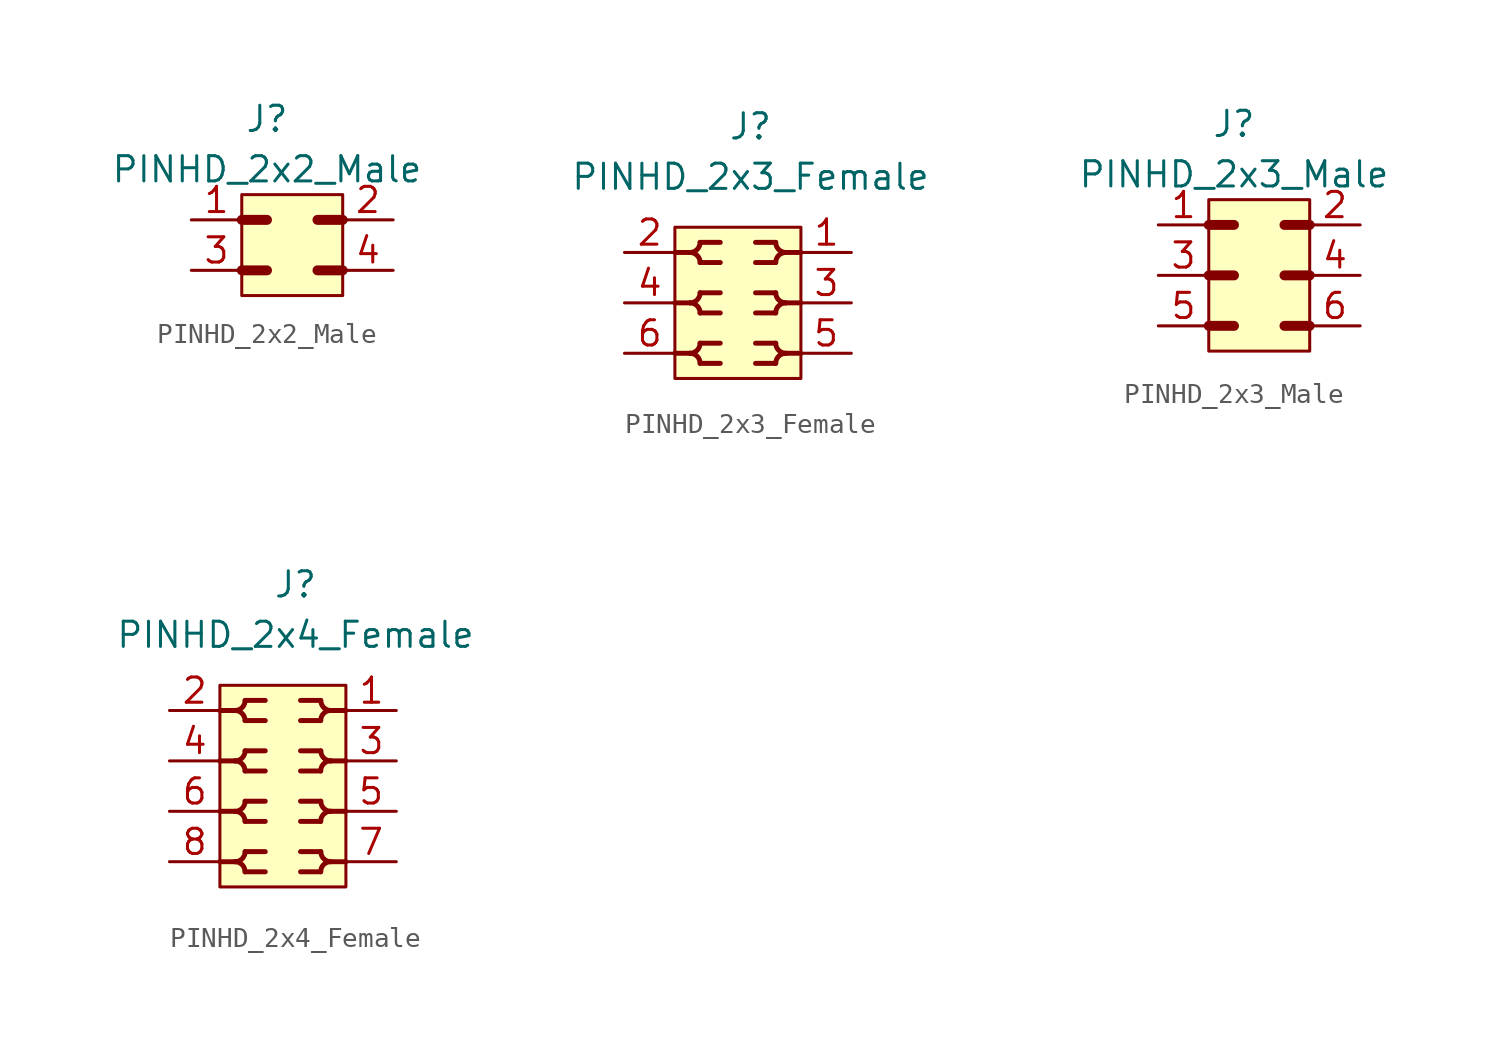
<source format=kicad_sym>
(kicad_symbol_lib
  (version 20211014)
  (generator kicad_symbol_editor)
  (symbol "PINHD_2x2_Male"
    (property "Reference" "J"
      (at -1.27 6.35 0)
      (effects (font (size 1.27 1.27))))
    (property "Value" "PINHD_2x2_Male"
      (at -1.27 3.81 0)
      (effects (font (size 1.27 1.27))))
    (symbol "PINHD_2x2_Male_0_1"
      (rectangle (start -2.54 2.54) (end 2.54 -2.54) (stroke (width 0) (type default) (color 0 0 0 0)) (fill (type background)))
      (polyline (pts (xy -2.54 -1.27) (xy -1.27 -1.27)) (stroke (width 0.3) (type default) (color 0 0 0 0)) (fill (type none)))
      (polyline (pts (xy -2.54 -1.27) (xy -1.27 -1.27)) (stroke (width 0.5) (type default) (color 0 0 0 0)) (fill (type none)))
      (polyline (pts (xy -2.54 1.27) (xy -1.27 1.27)) (stroke (width 0.5) (type default) (color 0 0 0 0)) (fill (type none)))
      (polyline (pts (xy 1.27 -1.27) (xy 2.54 -1.27)) (stroke (width 0.5) (type default) (color 0 0 0 0)) (fill (type none)))
      (polyline (pts (xy 1.27 1.27) (xy 2.54 1.27)) (stroke (width 0.5) (type default) (color 0 0 0 0)) (fill (type none))))
    (symbol "PINHD_2x2_Male_1_1"
      (pin passive line (at -5.08 1.27 0) (length 2.54) (name "" (effects (font (size 1.27 1.27)))) (number "1" (effects (font (size 1.27 1.27)))))
      (pin passive line (at 5.08 1.27 180) (length 2.54) (name "" (effects (font (size 1.27 1.27)))) (number "2" (effects (font (size 1.27 1.27)))))
      (pin passive line (at -5.08 -1.27 0) (length 2.54) (name "" (effects (font (size 1.27 1.27)))) (number "3" (effects (font (size 1.27 1.27)))))
      (pin passive line (at 5.08 -1.27 180) (length 2.54) (name "" (effects (font (size 1.27 1.27)))) (number "4" (effects (font (size 1.27 1.27)))))))
  (symbol "PINHD_2x3_Female"
    (property "Reference" "J"
      (at 0 8.89 0)
      (effects (font (size 1.27 1.27))))
    (property "Value" "PINHD_2x3_Female"
      (at 0 6.35 0)
      (effects (font (size 1.27 1.27))))
    (symbol "PINHD_2x3_Female_0_1"
      (rectangle (start -3.81 3.81) (end 2.54 -3.81) (stroke (width 0) (type default) (color 0 0 0 0)) (fill (type background)))
      (arc (start -3.048 -2.54) (mid -2.1808 -2.8992) (end -2.54 -2.032) (stroke (width 0.25) (type default) (color 0 0 0 0)) (fill (type none)))
      (arc (start -3.048 0) (mid -2.1808 -0.3592) (end -2.54 0.508) (stroke (width 0.25) (type default) (color 0 0 0 0)) (fill (type none)))
      (arc (start -3.048 2.54) (mid -2.1808 2.1808) (end -2.54 3.048) (stroke (width 0.25) (type default) (color 0 0 0 0)) (fill (type none)))
      (arc (start -2.54 -3.048) (mid -2.1808 -2.1808) (end -3.048 -2.54) (stroke (width 0.25) (type default) (color 0 0 0 0)) (fill (type none)))
      (arc (start -2.54 -0.508) (mid -2.1808 0.3592) (end -3.048 0) (stroke (width 0.25) (type default) (color 0 0 0 0)) (fill (type none)))
      (arc (start -2.54 2.032) (mid -2.1808 2.8992) (end -3.048 2.54) (stroke (width 0.25) (type default) (color 0 0 0 0)) (fill (type none)))
      (polyline (pts (xy -3.81 -2.54) (xy -3.048 -2.54)) (stroke (width 0.25) (type default) (color 0 0 0 0)) (fill (type none)))
      (polyline (pts (xy -3.81 0) (xy -3.048 0)) (stroke (width 0.25) (type default) (color 0 0 0 0)) (fill (type none)))
      (polyline (pts (xy -3.81 2.54) (xy -3.048 2.54)) (stroke (width 0.25) (type default) (color 0 0 0 0)) (fill (type none)))
      (polyline (pts (xy -2.54 -3.048) (xy -1.524 -3.048)) (stroke (width 0.25) (type default) (color 0 0 0 0)) (fill (type none)))
      (polyline (pts (xy -2.54 -2.032) (xy -1.524 -2.032)) (stroke (width 0.25) (type default) (color 0 0 0 0)) (fill (type none)))
      (polyline (pts (xy -2.54 -0.508) (xy -1.524 -0.508)) (stroke (width 0.25) (type default) (color 0 0 0 0)) (fill (type none)))
      (polyline (pts (xy -2.54 0.508) (xy -1.524 0.508)) (stroke (width 0.25) (type default) (color 0 0 0 0)) (fill (type none)))
      (polyline (pts (xy -2.54 2.032) (xy -1.524 2.032)) (stroke (width 0.25) (type default) (color 0 0 0 0)) (fill (type none)))
      (polyline (pts (xy -2.54 3.048) (xy -1.524 3.048)) (stroke (width 0.25) (type default) (color 0 0 0 0)) (fill (type none)))
      (polyline (pts (xy 1.27 -3.048) (xy 0.254 -3.048)) (stroke (width 0.25) (type default) (color 0 0 0 0)) (fill (type none)))
      (polyline (pts (xy 1.27 -2.032) (xy 0.254 -2.032)) (stroke (width 0.25) (type default) (color 0 0 0 0)) (fill (type none)))
      (polyline (pts (xy 1.27 -0.508) (xy 0.254 -0.508)) (stroke (width 0.25) (type default) (color 0 0 0 0)) (fill (type none)))
      (polyline (pts (xy 1.27 0.508) (xy 0.254 0.508)) (stroke (width 0.25) (type default) (color 0 0 0 0)) (fill (type none)))
      (polyline (pts (xy 1.27 2.032) (xy 0.254 2.032)) (stroke (width 0.25) (type default) (color 0 0 0 0)) (fill (type none)))
      (polyline (pts (xy 1.27 3.048) (xy 0.254 3.048)) (stroke (width 0.25) (type default) (color 0 0 0 0)) (fill (type none)))
      (polyline (pts (xy 2.54 -2.54) (xy 1.778 -2.54)) (stroke (width 0.25) (type default) (color 0 0 0 0)) (fill (type none)))
      (polyline (pts (xy 2.54 0) (xy 1.778 0)) (stroke (width 0.25) (type default) (color 0 0 0 0)) (fill (type none)))
      (polyline (pts (xy 2.54 2.54) (xy 1.778 2.54)) (stroke (width 0.25) (type default) (color 0 0 0 0)) (fill (type none)))
      (arc (start 1.27 -2.032) (mid 0.9108 -2.8992) (end 1.778 -2.54) (stroke (width 0.25) (type default) (color 0 0 0 0)) (fill (type none)))
      (arc (start 1.27 0.508) (mid 0.9108 -0.3592) (end 1.778 0) (stroke (width 0.25) (type default) (color 0 0 0 0)) (fill (type none)))
      (arc (start 1.27 3.048) (mid 0.9108 2.1808) (end 1.778 2.54) (stroke (width 0.25) (type default) (color 0 0 0 0)) (fill (type none)))
      (arc (start 1.778 -2.54) (mid 0.9108 -2.1808) (end 1.27 -3.048) (stroke (width 0.25) (type default) (color 0 0 0 0)) (fill (type none)))
      (arc (start 1.778 0) (mid 0.9108 0.3592) (end 1.27 -0.508) (stroke (width 0.25) (type default) (color 0 0 0 0)) (fill (type none)))
      (arc (start 1.778 2.54) (mid 0.9108 2.8992) (end 1.27 2.032) (stroke (width 0.25) (type default) (color 0 0 0 0)) (fill (type none))))
    (symbol "PINHD_2x3_Female_1_1"
      (pin passive line (at 5.08 2.54 180) (length 2.5) (name "" (effects (font (size 0 0)))) (number "1" (effects (font (size 1.27 1.27)))))
      (pin passive line (at -6.35 2.54 0) (length 2.54) (name "" (effects (font (size 1.27 1.27)))) (number "2" (effects (font (size 1.27 1.27)))))
      (pin passive line (at 5.08 0 180) (length 2.5) (name "" (effects (font (size 0 0)))) (number "3" (effects (font (size 1.27 1.27)))))
      (pin passive line (at -6.35 0 0) (length 2.54) (name "" (effects (font (size 1.27 1.27)))) (number "4" (effects (font (size 1.27 1.27)))))
      (pin passive line (at 5.08 -2.54 180) (length 2.54) (name "" (effects (font (size 1.27 1.27)))) (number "5" (effects (font (size 1.27 1.27)))))
      (pin passive line (at -6.35 -2.54 0) (length 2.54) (name "" (effects (font (size 1.27 1.27)))) (number "6" (effects (font (size 1.27 1.27)))))))
  (symbol "PINHD_2x3_Male"
    (property "Reference" "J"
      (at -1.27 6.35 0)
      (effects (font (size 1.27 1.27))))
    (property "Value" "PINHD_2x3_Male"
      (at -1.27 3.81 0)
      (effects (font (size 1.27 1.27))))
    (symbol "PINHD_2x3_Male_0_1"
      (rectangle (start -2.54 2.54) (end 2.54 -5.08) (stroke (width 0) (type default) (color 0 0 0 0)) (fill (type background)))
      (polyline (pts (xy -2.54 -3.81) (xy -1.27 -3.81)) (stroke (width 0.5) (type default) (color 0 0 0 0)) (fill (type none)))
      (polyline (pts (xy -2.54 -1.27) (xy -1.27 -1.27)) (stroke (width 0.3) (type default) (color 0 0 0 0)) (fill (type none)))
      (polyline (pts (xy -2.54 -1.27) (xy -1.27 -1.27)) (stroke (width 0.5) (type default) (color 0 0 0 0)) (fill (type none)))
      (polyline (pts (xy -2.54 1.27) (xy -1.27 1.27)) (stroke (width 0.5) (type default) (color 0 0 0 0)) (fill (type none)))
      (polyline (pts (xy 1.27 -3.81) (xy 2.54 -3.81)) (stroke (width 0.5) (type default) (color 0 0 0 0)) (fill (type none)))
      (polyline (pts (xy 1.27 -1.27) (xy 2.54 -1.27)) (stroke (width 0.5) (type default) (color 0 0 0 0)) (fill (type none)))
      (polyline (pts (xy 1.27 1.27) (xy 2.54 1.27)) (stroke (width 0.5) (type default) (color 0 0 0 0)) (fill (type none))))
    (symbol "PINHD_2x3_Male_1_1"
      (pin passive line (at -5.08 1.27 0) (length 2.54) (name "" (effects (font (size 1.27 1.27)))) (number "1" (effects (font (size 1.27 1.27)))))
      (pin passive line (at 5.08 1.27 180) (length 2.54) (name "" (effects (font (size 1.27 1.27)))) (number "2" (effects (font (size 1.27 1.27)))))
      (pin passive line (at -5.08 -1.27 0) (length 2.54) (name "" (effects (font (size 1.27 1.27)))) (number "3" (effects (font (size 1.27 1.27)))))
      (pin passive line (at 5.08 -1.27 180) (length 2.54) (name "" (effects (font (size 1.27 1.27)))) (number "4" (effects (font (size 1.27 1.27)))))
      (pin passive line (at -5.08 -3.81 0) (length 2.54) (name "" (effects (font (size 1.27 1.27)))) (number "5" (effects (font (size 1.27 1.27)))))
      (pin passive line (at 5.08 -3.81 180) (length 2.54) (name "" (effects (font (size 1.27 1.27)))) (number "6" (effects (font (size 1.27 1.27)))))))
  (symbol "PINHD_2x4_Female"
    (property "Reference" "J"
      (at 0 10.16 0)
      (effects (font (size 1.27 1.27))))
    (property "Value" "PINHD_2x4_Female"
      (at 0 7.62 0)
      (effects (font (size 1.27 1.27))))
    (symbol "PINHD_2x4_Female_0_1"
      (rectangle (start -3.81 5.08) (end 2.54 -5.08) (stroke (width 0) (type default) (color 0 0 0 0)) (fill (type background)))
      (arc (start -3.048 -3.81) (mid -2.1808 -4.1692) (end -2.54 -3.302) (stroke (width 0.25) (type default) (color 0 0 0 0)) (fill (type none)))
      (arc (start -3.048 -1.27) (mid -2.1808 -1.6292) (end -2.54 -0.762) (stroke (width 0.25) (type default) (color 0 0 0 0)) (fill (type none)))
      (arc (start -3.048 1.27) (mid -2.1808 0.9108) (end -2.54 1.778) (stroke (width 0.25) (type default) (color 0 0 0 0)) (fill (type none)))
      (arc (start -3.048 3.81) (mid -2.1808 3.4508) (end -2.54 4.318) (stroke (width 0.25) (type default) (color 0 0 0 0)) (fill (type none)))
      (arc (start -2.54 -4.318) (mid -2.1808 -3.4508) (end -3.048 -3.81) (stroke (width 0.25) (type default) (color 0 0 0 0)) (fill (type none)))
      (arc (start -2.54 -1.778) (mid -2.1808 -0.9108) (end -3.048 -1.27) (stroke (width 0.25) (type default) (color 0 0 0 0)) (fill (type none)))
      (arc (start -2.54 0.762) (mid -2.1808 1.6292) (end -3.048 1.27) (stroke (width 0.25) (type default) (color 0 0 0 0)) (fill (type none)))
      (arc (start -2.54 3.302) (mid -2.1808 4.1692) (end -3.048 3.81) (stroke (width 0.25) (type default) (color 0 0 0 0)) (fill (type none)))
      (polyline (pts (xy -3.81 -3.81) (xy -3.048 -3.81)) (stroke (width 0.25) (type default) (color 0 0 0 0)) (fill (type none)))
      (polyline (pts (xy -3.81 -1.27) (xy -3.048 -1.27)) (stroke (width 0.25) (type default) (color 0 0 0 0)) (fill (type none)))
      (polyline (pts (xy -3.81 1.27) (xy -3.048 1.27)) (stroke (width 0.25) (type default) (color 0 0 0 0)) (fill (type none)))
      (polyline (pts (xy -3.81 3.81) (xy -3.048 3.81)) (stroke (width 0.25) (type default) (color 0 0 0 0)) (fill (type none)))
      (polyline (pts (xy -2.54 -4.318) (xy -1.524 -4.318)) (stroke (width 0.25) (type default) (color 0 0 0 0)) (fill (type none)))
      (polyline (pts (xy -2.54 -3.302) (xy -1.524 -3.302)) (stroke (width 0.25) (type default) (color 0 0 0 0)) (fill (type none)))
      (polyline (pts (xy -2.54 -1.778) (xy -1.524 -1.778)) (stroke (width 0.25) (type default) (color 0 0 0 0)) (fill (type none)))
      (polyline (pts (xy -2.54 -0.762) (xy -1.524 -0.762)) (stroke (width 0.25) (type default) (color 0 0 0 0)) (fill (type none)))
      (polyline (pts (xy -2.54 0.762) (xy -1.524 0.762)) (stroke (width 0.25) (type default) (color 0 0 0 0)) (fill (type none)))
      (polyline (pts (xy -2.54 1.778) (xy -1.524 1.778)) (stroke (width 0.25) (type default) (color 0 0 0 0)) (fill (type none)))
      (polyline (pts (xy -2.54 3.302) (xy -1.524 3.302)) (stroke (width 0.25) (type default) (color 0 0 0 0)) (fill (type none)))
      (polyline (pts (xy -2.54 4.318) (xy -1.524 4.318)) (stroke (width 0.25) (type default) (color 0 0 0 0)) (fill (type none)))
      (polyline (pts (xy 1.27 -4.318) (xy 0.254 -4.318)) (stroke (width 0.25) (type default) (color 0 0 0 0)) (fill (type none)))
      (polyline (pts (xy 1.27 -3.302) (xy 0.254 -3.302)) (stroke (width 0.25) (type default) (color 0 0 0 0)) (fill (type none)))
      (polyline (pts (xy 1.27 -1.778) (xy 0.254 -1.778)) (stroke (width 0.25) (type default) (color 0 0 0 0)) (fill (type none)))
      (polyline (pts (xy 1.27 -0.762) (xy 0.254 -0.762)) (stroke (width 0.25) (type default) (color 0 0 0 0)) (fill (type none)))
      (polyline (pts (xy 1.27 0.762) (xy 0.254 0.762)) (stroke (width 0.25) (type default) (color 0 0 0 0)) (fill (type none)))
      (polyline (pts (xy 1.27 1.778) (xy 0.254 1.778)) (stroke (width 0.25) (type default) (color 0 0 0 0)) (fill (type none)))
      (polyline (pts (xy 1.27 3.302) (xy 0.254 3.302)) (stroke (width 0.25) (type default) (color 0 0 0 0)) (fill (type none)))
      (polyline (pts (xy 1.27 4.318) (xy 0.254 4.318)) (stroke (width 0.25) (type default) (color 0 0 0 0)) (fill (type none)))
      (polyline (pts (xy 2.54 -3.81) (xy 1.778 -3.81)) (stroke (width 0.25) (type default) (color 0 0 0 0)) (fill (type none)))
      (polyline (pts (xy 2.54 -1.27) (xy 1.778 -1.27)) (stroke (width 0.25) (type default) (color 0 0 0 0)) (fill (type none)))
      (polyline (pts (xy 2.54 1.27) (xy 1.778 1.27)) (stroke (width 0.25) (type default) (color 0 0 0 0)) (fill (type none)))
      (polyline (pts (xy 2.54 3.81) (xy 1.778 3.81)) (stroke (width 0.25) (type default) (color 0 0 0 0)) (fill (type none)))
      (arc (start 1.27 -3.302) (mid 0.9108 -4.1692) (end 1.778 -3.81) (stroke (width 0.25) (type default) (color 0 0 0 0)) (fill (type none)))
      (arc (start 1.27 -0.762) (mid 0.9108 -1.6292) (end 1.778 -1.27) (stroke (width 0.25) (type default) (color 0 0 0 0)) (fill (type none)))
      (arc (start 1.27 1.778) (mid 0.9108 0.9108) (end 1.778 1.27) (stroke (width 0.25) (type default) (color 0 0 0 0)) (fill (type none)))
      (arc (start 1.27 4.318) (mid 0.9108 3.4508) (end 1.778 3.81) (stroke (width 0.25) (type default) (color 0 0 0 0)) (fill (type none)))
      (arc (start 1.778 -3.81) (mid 0.9108 -3.4508) (end 1.27 -4.318) (stroke (width 0.25) (type default) (color 0 0 0 0)) (fill (type none)))
      (arc (start 1.778 -1.27) (mid 0.9108 -0.9108) (end 1.27 -1.778) (stroke (width 0.25) (type default) (color 0 0 0 0)) (fill (type none)))
      (arc (start 1.778 1.27) (mid 0.9108 1.6292) (end 1.27 0.762) (stroke (width 0.25) (type default) (color 0 0 0 0)) (fill (type none)))
      (arc (start 1.778 3.81) (mid 0.9108 4.1692) (end 1.27 3.302) (stroke (width 0.25) (type default) (color 0 0 0 0)) (fill (type none))))
    (symbol "PINHD_2x4_Female_1_1"
      (pin passive line (at 5.08 3.81 180) (length 2.5) (name "" (effects (font (size 0 0)))) (number "1" (effects (font (size 1.27 1.27)))))
      (pin passive line (at -6.35 3.81 0) (length 2.54) (name "" (effects (font (size 1.27 1.27)))) (number "2" (effects (font (size 1.27 1.27)))))
      (pin passive line (at 5.08 1.27 180) (length 2.5) (name "" (effects (font (size 0 0)))) (number "3" (effects (font (size 1.27 1.27)))))
      (pin passive line (at -6.35 1.27 0) (length 2.54) (name "" (effects (font (size 1.27 1.27)))) (number "4" (effects (font (size 1.27 1.27)))))
      (pin passive line (at 5.08 -1.27 180) (length 2.54) (name "" (effects (font (size 1.27 1.27)))) (number "5" (effects (font (size 1.27 1.27)))))
      (pin passive line (at -6.35 -1.27 0) (length 2.54) (name "" (effects (font (size 1.27 1.27)))) (number "6" (effects (font (size 1.27 1.27)))))
      (pin passive line (at 5.08 -3.81 180) (length 2.54) (name "" (effects (font (size 1.27 1.27)))) (number "7" (effects (font (size 1.27 1.27)))))
      (pin passive line (at -6.35 -3.81 0) (length 2.54) (name "" (effects (font (size 1.27 1.27)))) (number "8" (effects (font (size 1.27 1.27))))))))
</source>
